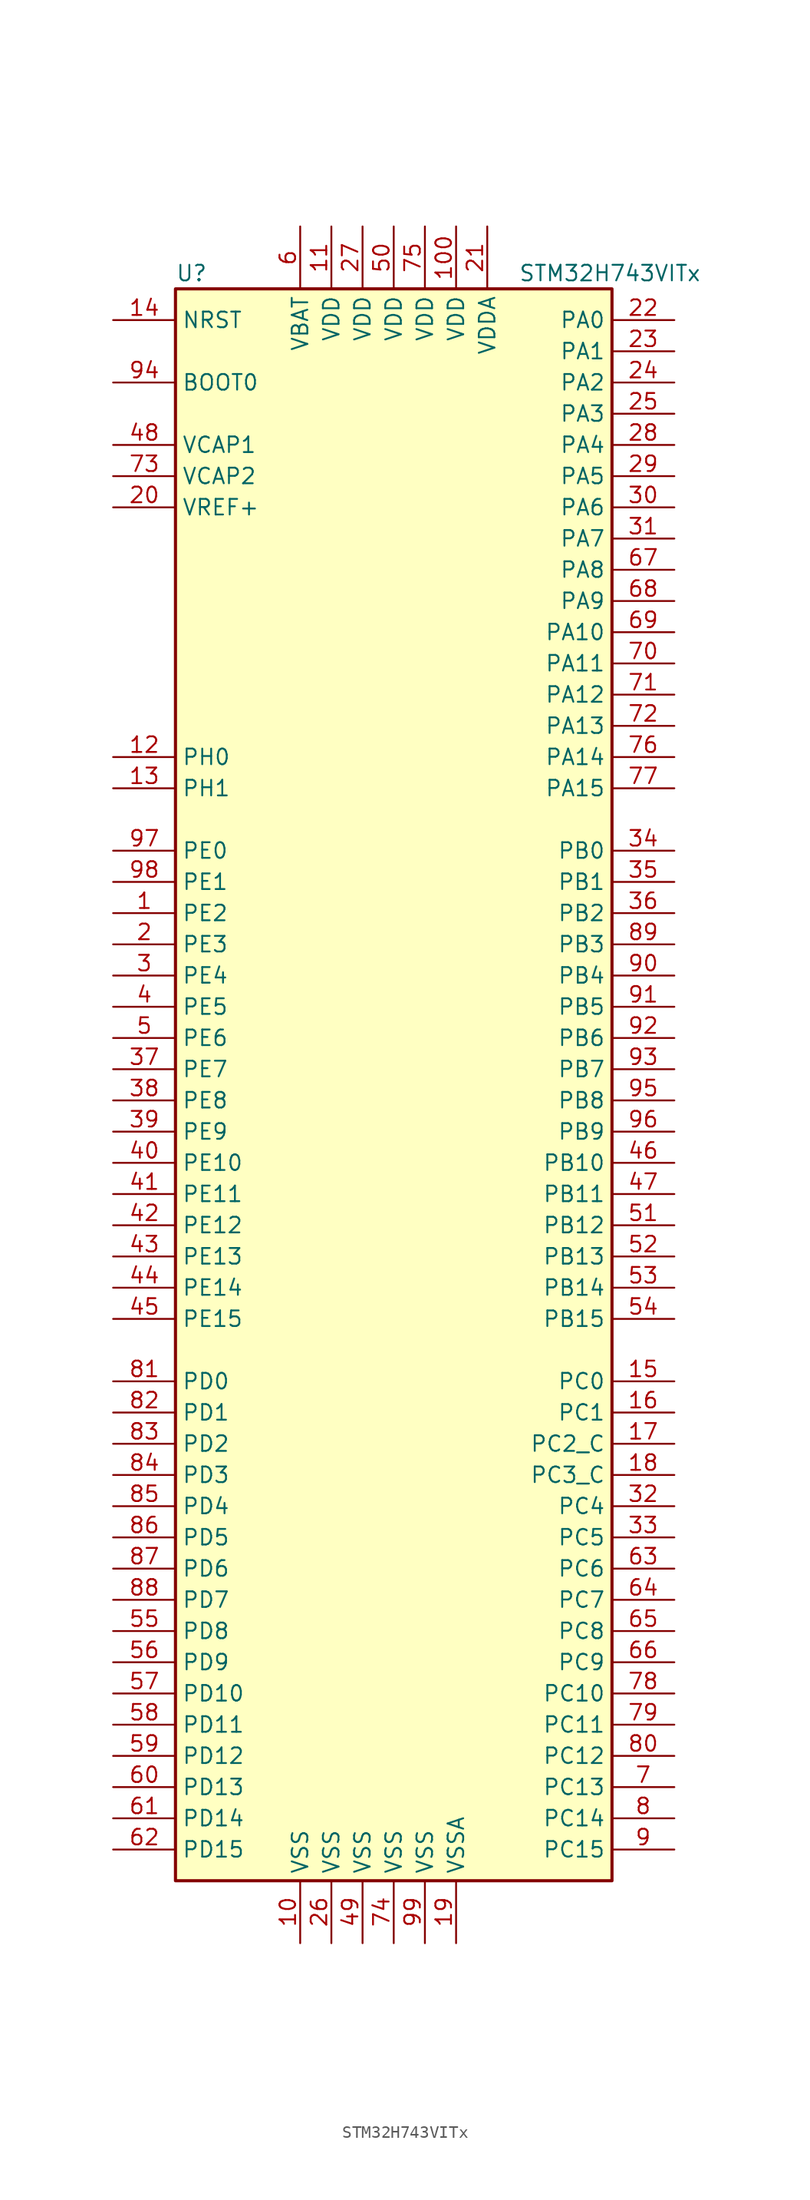
<source format=kicad_sym>
(kicad_symbol_lib
  (version 20201005)
  (generator kicad_symbol_editor)
  (symbol "STM32H743VITx"
    (property "Reference" "U"
      (at -17.78 64.77 0)
      (effects (font (size 1.27 1.27)) (justify left)))
    (property "Value" "STM32H743VITx"
      (at 10.16 64.77 0)
      (effects (font (size 1.27 1.27)) (justify left)))
    (symbol "STM32H743VITx_0_1"
      (rectangle (start -17.78 -66.04) (end 17.78 63.5) (stroke (width 0.254)) (fill (type background))))
    (symbol "STM32H743VITx_1_1"
      (pin bidirectional line (at -22.86 12.7 0) (length 5.08) (name "PE2" (effects (font (size 1.27 1.27)))) (number "1" (effects (font (size 1.27 1.27)))))
      (pin power_in line (at -7.62 -71.12 90) (length 5.08) (name "VSS" (effects (font (size 1.27 1.27)))) (number "10" (effects (font (size 1.27 1.27)))))
      (pin power_in line (at 5.08 68.58 270) (length 5.08) (name "VDD" (effects (font (size 1.27 1.27)))) (number "100" (effects (font (size 1.27 1.27)))))
      (pin power_in line (at -5.08 68.58 270) (length 5.08) (name "VDD" (effects (font (size 1.27 1.27)))) (number "11" (effects (font (size 1.27 1.27)))))
      (pin input line (at -22.86 25.4 0) (length 5.08) (name "PH0" (effects (font (size 1.27 1.27)))) (number "12" (effects (font (size 1.27 1.27)))))
      (pin input line (at -22.86 22.86 0) (length 5.08) (name "PH1" (effects (font (size 1.27 1.27)))) (number "13" (effects (font (size 1.27 1.27)))))
      (pin input line (at -22.86 60.96 0) (length 5.08) (name "NRST" (effects (font (size 1.27 1.27)))) (number "14" (effects (font (size 1.27 1.27)))))
      (pin bidirectional line (at 22.86 -25.4 180) (length 5.08) (name "PC0" (effects (font (size 1.27 1.27)))) (number "15" (effects (font (size 1.27 1.27)))))
      (pin bidirectional line (at 22.86 -27.94 180) (length 5.08) (name "PC1" (effects (font (size 1.27 1.27)))) (number "16" (effects (font (size 1.27 1.27)))))
      (pin bidirectional line (at 22.86 -30.48 180) (length 5.08) (name "PC2_C" (effects (font (size 1.27 1.27)))) (number "17" (effects (font (size 1.27 1.27)))))
      (pin bidirectional line (at 22.86 -33.02 180) (length 5.08) (name "PC3_C" (effects (font (size 1.27 1.27)))) (number "18" (effects (font (size 1.27 1.27)))))
      (pin power_in line (at 5.08 -71.12 90) (length 5.08) (name "VSSA" (effects (font (size 1.27 1.27)))) (number "19" (effects (font (size 1.27 1.27)))))
      (pin bidirectional line (at -22.86 10.16 0) (length 5.08) (name "PE3" (effects (font (size 1.27 1.27)))) (number "2" (effects (font (size 1.27 1.27)))))
      (pin bidirectional line (at -22.86 45.72 0) (length 5.08) (name "VREF+" (effects (font (size 1.27 1.27)))) (number "20" (effects (font (size 1.27 1.27)))))
      (pin power_in line (at 7.62 68.58 270) (length 5.08) (name "VDDA" (effects (font (size 1.27 1.27)))) (number "21" (effects (font (size 1.27 1.27)))))
      (pin bidirectional line (at 22.86 60.96 180) (length 5.08) (name "PA0" (effects (font (size 1.27 1.27)))) (number "22" (effects (font (size 1.27 1.27)))))
      (pin bidirectional line (at 22.86 58.42 180) (length 5.08) (name "PA1" (effects (font (size 1.27 1.27)))) (number "23" (effects (font (size 1.27 1.27)))))
      (pin bidirectional line (at 22.86 55.88 180) (length 5.08) (name "PA2" (effects (font (size 1.27 1.27)))) (number "24" (effects (font (size 1.27 1.27)))))
      (pin bidirectional line (at 22.86 53.34 180) (length 5.08) (name "PA3" (effects (font (size 1.27 1.27)))) (number "25" (effects (font (size 1.27 1.27)))))
      (pin power_in line (at -5.08 -71.12 90) (length 5.08) (name "VSS" (effects (font (size 1.27 1.27)))) (number "26" (effects (font (size 1.27 1.27)))))
      (pin power_in line (at -2.54 68.58 270) (length 5.08) (name "VDD" (effects (font (size 1.27 1.27)))) (number "27" (effects (font (size 1.27 1.27)))))
      (pin bidirectional line (at 22.86 50.8 180) (length 5.08) (name "PA4" (effects (font (size 1.27 1.27)))) (number "28" (effects (font (size 1.27 1.27)))))
      (pin bidirectional line (at 22.86 48.26 180) (length 5.08) (name "PA5" (effects (font (size 1.27 1.27)))) (number "29" (effects (font (size 1.27 1.27)))))
      (pin bidirectional line (at -22.86 7.62 0) (length 5.08) (name "PE4" (effects (font (size 1.27 1.27)))) (number "3" (effects (font (size 1.27 1.27)))))
      (pin bidirectional line (at 22.86 45.72 180) (length 5.08) (name "PA6" (effects (font (size 1.27 1.27)))) (number "30" (effects (font (size 1.27 1.27)))))
      (pin bidirectional line (at 22.86 43.18 180) (length 5.08) (name "PA7" (effects (font (size 1.27 1.27)))) (number "31" (effects (font (size 1.27 1.27)))))
      (pin bidirectional line (at 22.86 -35.56 180) (length 5.08) (name "PC4" (effects (font (size 1.27 1.27)))) (number "32" (effects (font (size 1.27 1.27)))))
      (pin bidirectional line (at 22.86 -38.1 180) (length 5.08) (name "PC5" (effects (font (size 1.27 1.27)))) (number "33" (effects (font (size 1.27 1.27)))))
      (pin bidirectional line (at 22.86 17.78 180) (length 5.08) (name "PB0" (effects (font (size 1.27 1.27)))) (number "34" (effects (font (size 1.27 1.27)))))
      (pin bidirectional line (at 22.86 15.24 180) (length 5.08) (name "PB1" (effects (font (size 1.27 1.27)))) (number "35" (effects (font (size 1.27 1.27)))))
      (pin bidirectional line (at 22.86 12.7 180) (length 5.08) (name "PB2" (effects (font (size 1.27 1.27)))) (number "36" (effects (font (size 1.27 1.27)))))
      (pin bidirectional line (at -22.86 0 0) (length 5.08) (name "PE7" (effects (font (size 1.27 1.27)))) (number "37" (effects (font (size 1.27 1.27)))))
      (pin bidirectional line (at -22.86 -2.54 0) (length 5.08) (name "PE8" (effects (font (size 1.27 1.27)))) (number "38" (effects (font (size 1.27 1.27)))))
      (pin bidirectional line (at -22.86 -5.08 0) (length 5.08) (name "PE9" (effects (font (size 1.27 1.27)))) (number "39" (effects (font (size 1.27 1.27)))))
      (pin bidirectional line (at -22.86 5.08 0) (length 5.08) (name "PE5" (effects (font (size 1.27 1.27)))) (number "4" (effects (font (size 1.27 1.27)))))
      (pin bidirectional line (at -22.86 -7.62 0) (length 5.08) (name "PE10" (effects (font (size 1.27 1.27)))) (number "40" (effects (font (size 1.27 1.27)))))
      (pin bidirectional line (at -22.86 -10.16 0) (length 5.08) (name "PE11" (effects (font (size 1.27 1.27)))) (number "41" (effects (font (size 1.27 1.27)))))
      (pin bidirectional line (at -22.86 -12.7 0) (length 5.08) (name "PE12" (effects (font (size 1.27 1.27)))) (number "42" (effects (font (size 1.27 1.27)))))
      (pin bidirectional line (at -22.86 -15.24 0) (length 5.08) (name "PE13" (effects (font (size 1.27 1.27)))) (number "43" (effects (font (size 1.27 1.27)))))
      (pin bidirectional line (at -22.86 -17.78 0) (length 5.08) (name "PE14" (effects (font (size 1.27 1.27)))) (number "44" (effects (font (size 1.27 1.27)))))
      (pin bidirectional line (at -22.86 -20.32 0) (length 5.08) (name "PE15" (effects (font (size 1.27 1.27)))) (number "45" (effects (font (size 1.27 1.27)))))
      (pin bidirectional line (at 22.86 -7.62 180) (length 5.08) (name "PB10" (effects (font (size 1.27 1.27)))) (number "46" (effects (font (size 1.27 1.27)))))
      (pin bidirectional line (at 22.86 -10.16 180) (length 5.08) (name "PB11" (effects (font (size 1.27 1.27)))) (number "47" (effects (font (size 1.27 1.27)))))
      (pin power_in line (at -22.86 50.8 0) (length 5.08) (name "VCAP1" (effects (font (size 1.27 1.27)))) (number "48" (effects (font (size 1.27 1.27)))))
      (pin power_in line (at -2.54 -71.12 90) (length 5.08) (name "VSS" (effects (font (size 1.27 1.27)))) (number "49" (effects (font (size 1.27 1.27)))))
      (pin bidirectional line (at -22.86 2.54 0) (length 5.08) (name "PE6" (effects (font (size 1.27 1.27)))) (number "5" (effects (font (size 1.27 1.27)))))
      (pin power_in line (at 0 68.58 270) (length 5.08) (name "VDD" (effects (font (size 1.27 1.27)))) (number "50" (effects (font (size 1.27 1.27)))))
      (pin bidirectional line (at 22.86 -12.7 180) (length 5.08) (name "PB12" (effects (font (size 1.27 1.27)))) (number "51" (effects (font (size 1.27 1.27)))))
      (pin bidirectional line (at 22.86 -15.24 180) (length 5.08) (name "PB13" (effects (font (size 1.27 1.27)))) (number "52" (effects (font (size 1.27 1.27)))))
      (pin bidirectional line (at 22.86 -17.78 180) (length 5.08) (name "PB14" (effects (font (size 1.27 1.27)))) (number "53" (effects (font (size 1.27 1.27)))))
      (pin bidirectional line (at 22.86 -20.32 180) (length 5.08) (name "PB15" (effects (font (size 1.27 1.27)))) (number "54" (effects (font (size 1.27 1.27)))))
      (pin bidirectional line (at -22.86 -45.72 0) (length 5.08) (name "PD8" (effects (font (size 1.27 1.27)))) (number "55" (effects (font (size 1.27 1.27)))))
      (pin bidirectional line (at -22.86 -48.26 0) (length 5.08) (name "PD9" (effects (font (size 1.27 1.27)))) (number "56" (effects (font (size 1.27 1.27)))))
      (pin bidirectional line (at -22.86 -50.8 0) (length 5.08) (name "PD10" (effects (font (size 1.27 1.27)))) (number "57" (effects (font (size 1.27 1.27)))))
      (pin bidirectional line (at -22.86 -53.34 0) (length 5.08) (name "PD11" (effects (font (size 1.27 1.27)))) (number "58" (effects (font (size 1.27 1.27)))))
      (pin bidirectional line (at -22.86 -55.88 0) (length 5.08) (name "PD12" (effects (font (size 1.27 1.27)))) (number "59" (effects (font (size 1.27 1.27)))))
      (pin power_in line (at -7.62 68.58 270) (length 5.08) (name "VBAT" (effects (font (size 1.27 1.27)))) (number "6" (effects (font (size 1.27 1.27)))))
      (pin bidirectional line (at -22.86 -58.42 0) (length 5.08) (name "PD13" (effects (font (size 1.27 1.27)))) (number "60" (effects (font (size 1.27 1.27)))))
      (pin bidirectional line (at -22.86 -60.96 0) (length 5.08) (name "PD14" (effects (font (size 1.27 1.27)))) (number "61" (effects (font (size 1.27 1.27)))))
      (pin bidirectional line (at -22.86 -63.5 0) (length 5.08) (name "PD15" (effects (font (size 1.27 1.27)))) (number "62" (effects (font (size 1.27 1.27)))))
      (pin bidirectional line (at 22.86 -40.64 180) (length 5.08) (name "PC6" (effects (font (size 1.27 1.27)))) (number "63" (effects (font (size 1.27 1.27)))))
      (pin bidirectional line (at 22.86 -43.18 180) (length 5.08) (name "PC7" (effects (font (size 1.27 1.27)))) (number "64" (effects (font (size 1.27 1.27)))))
      (pin bidirectional line (at 22.86 -45.72 180) (length 5.08) (name "PC8" (effects (font (size 1.27 1.27)))) (number "65" (effects (font (size 1.27 1.27)))))
      (pin bidirectional line (at 22.86 -48.26 180) (length 5.08) (name "PC9" (effects (font (size 1.27 1.27)))) (number "66" (effects (font (size 1.27 1.27)))))
      (pin bidirectional line (at 22.86 40.64 180) (length 5.08) (name "PA8" (effects (font (size 1.27 1.27)))) (number "67" (effects (font (size 1.27 1.27)))))
      (pin bidirectional line (at 22.86 38.1 180) (length 5.08) (name "PA9" (effects (font (size 1.27 1.27)))) (number "68" (effects (font (size 1.27 1.27)))))
      (pin bidirectional line (at 22.86 35.56 180) (length 5.08) (name "PA10" (effects (font (size 1.27 1.27)))) (number "69" (effects (font (size 1.27 1.27)))))
      (pin bidirectional line (at 22.86 -58.42 180) (length 5.08) (name "PC13" (effects (font (size 1.27 1.27)))) (number "7" (effects (font (size 1.27 1.27)))))
      (pin bidirectional line (at 22.86 33.02 180) (length 5.08) (name "PA11" (effects (font (size 1.27 1.27)))) (number "70" (effects (font (size 1.27 1.27)))))
      (pin bidirectional line (at 22.86 30.48 180) (length 5.08) (name "PA12" (effects (font (size 1.27 1.27)))) (number "71" (effects (font (size 1.27 1.27)))))
      (pin bidirectional line (at 22.86 27.94 180) (length 5.08) (name "PA13" (effects (font (size 1.27 1.27)))) (number "72" (effects (font (size 1.27 1.27)))))
      (pin power_in line (at -22.86 48.26 0) (length 5.08) (name "VCAP2" (effects (font (size 1.27 1.27)))) (number "73" (effects (font (size 1.27 1.27)))))
      (pin power_in line (at 0 -71.12 90) (length 5.08) (name "VSS" (effects (font (size 1.27 1.27)))) (number "74" (effects (font (size 1.27 1.27)))))
      (pin power_in line (at 2.54 68.58 270) (length 5.08) (name "VDD" (effects (font (size 1.27 1.27)))) (number "75" (effects (font (size 1.27 1.27)))))
      (pin bidirectional line (at 22.86 25.4 180) (length 5.08) (name "PA14" (effects (font (size 1.27 1.27)))) (number "76" (effects (font (size 1.27 1.27)))))
      (pin bidirectional line (at 22.86 22.86 180) (length 5.08) (name "PA15" (effects (font (size 1.27 1.27)))) (number "77" (effects (font (size 1.27 1.27)))))
      (pin bidirectional line (at 22.86 -50.8 180) (length 5.08) (name "PC10" (effects (font (size 1.27 1.27)))) (number "78" (effects (font (size 1.27 1.27)))))
      (pin bidirectional line (at 22.86 -53.34 180) (length 5.08) (name "PC11" (effects (font (size 1.27 1.27)))) (number "79" (effects (font (size 1.27 1.27)))))
      (pin bidirectional line (at 22.86 -60.96 180) (length 5.08) (name "PC14" (effects (font (size 1.27 1.27)))) (number "8" (effects (font (size 1.27 1.27)))))
      (pin bidirectional line (at 22.86 -55.88 180) (length 5.08) (name "PC12" (effects (font (size 1.27 1.27)))) (number "80" (effects (font (size 1.27 1.27)))))
      (pin bidirectional line (at -22.86 -25.4 0) (length 5.08) (name "PD0" (effects (font (size 1.27 1.27)))) (number "81" (effects (font (size 1.27 1.27)))))
      (pin bidirectional line (at -22.86 -27.94 0) (length 5.08) (name "PD1" (effects (font (size 1.27 1.27)))) (number "82" (effects (font (size 1.27 1.27)))))
      (pin bidirectional line (at -22.86 -30.48 0) (length 5.08) (name "PD2" (effects (font (size 1.27 1.27)))) (number "83" (effects (font (size 1.27 1.27)))))
      (pin bidirectional line (at -22.86 -33.02 0) (length 5.08) (name "PD3" (effects (font (size 1.27 1.27)))) (number "84" (effects (font (size 1.27 1.27)))))
      (pin bidirectional line (at -22.86 -35.56 0) (length 5.08) (name "PD4" (effects (font (size 1.27 1.27)))) (number "85" (effects (font (size 1.27 1.27)))))
      (pin bidirectional line (at -22.86 -38.1 0) (length 5.08) (name "PD5" (effects (font (size 1.27 1.27)))) (number "86" (effects (font (size 1.27 1.27)))))
      (pin bidirectional line (at -22.86 -40.64 0) (length 5.08) (name "PD6" (effects (font (size 1.27 1.27)))) (number "87" (effects (font (size 1.27 1.27)))))
      (pin bidirectional line (at -22.86 -43.18 0) (length 5.08) (name "PD7" (effects (font (size 1.27 1.27)))) (number "88" (effects (font (size 1.27 1.27)))))
      (pin bidirectional line (at 22.86 10.16 180) (length 5.08) (name "PB3" (effects (font (size 1.27 1.27)))) (number "89" (effects (font (size 1.27 1.27)))))
      (pin bidirectional line (at 22.86 -63.5 180) (length 5.08) (name "PC15" (effects (font (size 1.27 1.27)))) (number "9" (effects (font (size 1.27 1.27)))))
      (pin bidirectional line (at 22.86 7.62 180) (length 5.08) (name "PB4" (effects (font (size 1.27 1.27)))) (number "90" (effects (font (size 1.27 1.27)))))
      (pin bidirectional line (at 22.86 5.08 180) (length 5.08) (name "PB5" (effects (font (size 1.27 1.27)))) (number "91" (effects (font (size 1.27 1.27)))))
      (pin bidirectional line (at 22.86 2.54 180) (length 5.08) (name "PB6" (effects (font (size 1.27 1.27)))) (number "92" (effects (font (size 1.27 1.27)))))
      (pin bidirectional line (at 22.86 0 180) (length 5.08) (name "PB7" (effects (font (size 1.27 1.27)))) (number "93" (effects (font (size 1.27 1.27)))))
      (pin input line (at -22.86 55.88 0) (length 5.08) (name "BOOT0" (effects (font (size 1.27 1.27)))) (number "94" (effects (font (size 1.27 1.27)))))
      (pin bidirectional line (at 22.86 -2.54 180) (length 5.08) (name "PB8" (effects (font (size 1.27 1.27)))) (number "95" (effects (font (size 1.27 1.27)))))
      (pin bidirectional line (at 22.86 -5.08 180) (length 5.08) (name "PB9" (effects (font (size 1.27 1.27)))) (number "96" (effects (font (size 1.27 1.27)))))
      (pin bidirectional line (at -22.86 17.78 0) (length 5.08) (name "PE0" (effects (font (size 1.27 1.27)))) (number "97" (effects (font (size 1.27 1.27)))))
      (pin bidirectional line (at -22.86 15.24 0) (length 5.08) (name "PE1" (effects (font (size 1.27 1.27)))) (number "98" (effects (font (size 1.27 1.27)))))
      (pin power_in line (at 2.54 -71.12 90) (length 5.08) (name "VSS" (effects (font (size 1.27 1.27)))) (number "99" (effects (font (size 1.27 1.27))))))))
</source>
